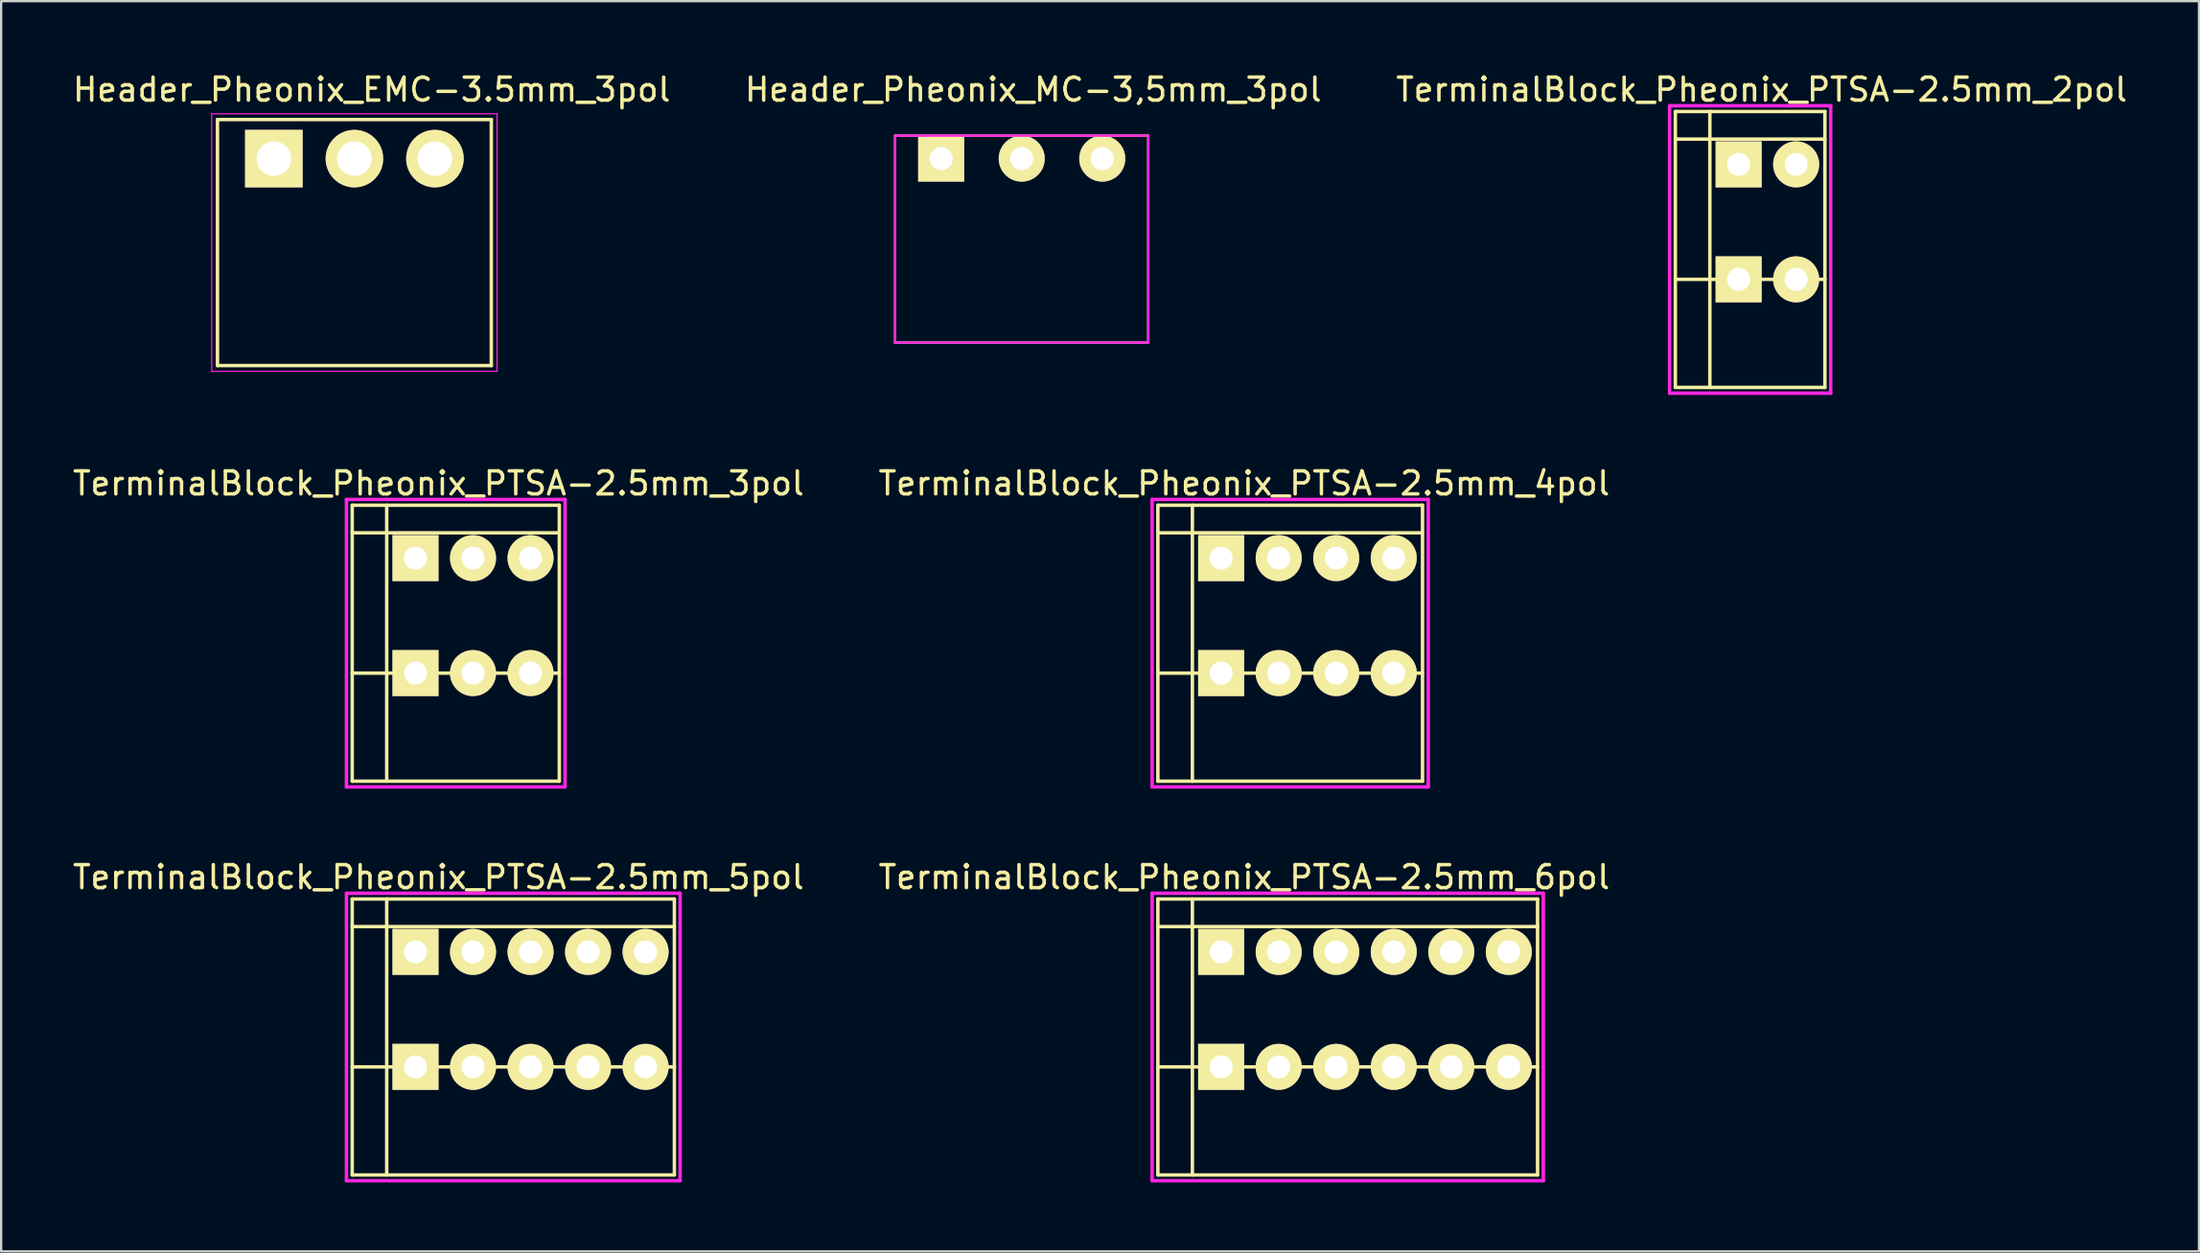
<source format=kicad_pcb>
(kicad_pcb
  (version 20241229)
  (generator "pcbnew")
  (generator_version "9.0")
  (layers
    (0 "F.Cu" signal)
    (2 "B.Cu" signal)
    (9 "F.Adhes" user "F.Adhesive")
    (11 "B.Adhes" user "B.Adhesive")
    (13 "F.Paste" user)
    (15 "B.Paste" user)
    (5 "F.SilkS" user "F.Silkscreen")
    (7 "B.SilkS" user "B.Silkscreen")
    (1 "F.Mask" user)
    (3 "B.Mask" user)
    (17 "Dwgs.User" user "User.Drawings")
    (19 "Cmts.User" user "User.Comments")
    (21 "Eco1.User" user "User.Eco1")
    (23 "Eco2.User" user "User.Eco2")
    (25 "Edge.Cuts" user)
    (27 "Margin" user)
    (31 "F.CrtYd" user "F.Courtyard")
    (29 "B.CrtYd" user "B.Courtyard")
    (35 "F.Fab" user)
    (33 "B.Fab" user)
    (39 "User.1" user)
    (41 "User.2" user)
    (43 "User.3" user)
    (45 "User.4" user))
  (footprint "TerminalBlock_Pheonix_PTSA-2.5mm_4pol"
    (layer "F.Cu")
    (at 50.018 26.221)
    (property "Reference" "TerminalBlock_Pheonix_PTSA-2.5mm_4pol" (at 1 -8.25 0) (layer "F.SilkS") (effects (font (size 1 1) (thickness 0.15))))
    (attr through_hole)
    (fp_line (start -2.75 -7.3) (end -2.75 4.7) (stroke (width 0.15) (type solid)) (layer "F.SilkS"))
    (fp_line (start -2.75 -6.1) (end 8.75 -6.1) (stroke (width 0.15) (type solid)) (layer "F.SilkS"))
    (fp_line (start -2.75 4.7) (end 8.75 4.7) (stroke (width 0.15) (type solid)) (layer "F.SilkS"))
    (fp_line (start -1.25 -7.3) (end -1.25 4.7) (stroke (width 0.15) (type solid)) (layer "F.SilkS"))
    (fp_line (start 8.75 -7.3) (end -2.75 -7.3) (stroke (width 0.15) (type solid)) (layer "F.SilkS"))
    (fp_line (start 8.75 0) (end -2.75 0) (stroke (width 0.15) (type solid)) (layer "F.SilkS"))
    (fp_line (start 8.75 4.7) (end 8.75 -7.3) (stroke (width 0.15) (type solid)) (layer "F.SilkS"))
    (fp_line (start -3 -7.55) (end 9 -7.55) (stroke (width 0.15) (type solid)) (layer "F.CrtYd"))
    (fp_line (start -3 4.95) (end -3 -7.55) (stroke (width 0.15) (type solid)) (layer "F.CrtYd"))
    (fp_line (start 9 -7.55) (end 9 4.95) (stroke (width 0.15) (type solid)) (layer "F.CrtYd"))
    (fp_line (start 9 4.95) (end -3 4.95) (stroke (width 0.15) (type solid)) (layer "F.CrtYd"))
    (pad "1" thru_hole rect (at 0 -5) (size 2 2) (drill 1) (layers "*.Cu" "*.Mask" "F.SilkS"))
    (pad "1" thru_hole rect (at 0 0) (size 2 2) (drill 1) (layers "*.Cu" "*.Mask" "F.SilkS"))
    (pad "2" thru_hole circle (at 2.5 -5) (size 2 2) (drill 1) (layers "*.Cu" "*.Mask" "F.SilkS"))
    (pad "2" thru_hole circle (at 2.5 0) (size 2 2) (drill 1) (layers "*.Cu" "*.Mask" "F.SilkS"))
    (pad "3" thru_hole circle (at 5 -5) (size 2 2) (drill 1) (layers "*.Cu" "*.Mask" "F.SilkS"))
    (pad "3" thru_hole circle (at 5 0) (size 2 2) (drill 1) (layers "*.Cu" "*.Mask" "F.SilkS"))
    (pad "4" thru_hole circle (at 7.5 -5) (size 2 2) (drill 1) (layers "*.Cu" "*.Mask" "F.SilkS"))
    (pad "4" thru_hole circle (at 7.5 0) (size 2 2) (drill 1) (layers "*.Cu" "*.Mask" "F.SilkS")))
  (footprint "Header_Pheonix_MC-3,5mm_3pol"
    (layer "F.Cu")
    (at 37.851 3.848)
    (property "Reference" "Header_Pheonix_MC-3,5mm_3pol" (at 4 -3 0) (layer "F.SilkS") (effects (font (size 1 1) (thickness 0.15))))
    (attr through_hole)
    (fp_line (start -2 -1) (end -2 8) (stroke (width 0.1) (type solid)) (layer "F.SilkS"))
    (fp_line (start -2 -1) (end 9 -1) (stroke (width 0.1) (type solid)) (layer "F.SilkS"))
    (fp_line (start -2 8) (end 9 8) (stroke (width 0.1) (type solid)) (layer "F.SilkS"))
    (fp_line (start 9 8) (end 9 -1) (stroke (width 0.1) (type solid)) (layer "F.SilkS"))
    (fp_line (start -2 -1) (end 9 -1) (stroke (width 0.1) (type solid)) (layer "F.CrtYd"))
    (fp_line (start -2 8) (end -2 -1) (stroke (width 0.1) (type solid)) (layer "F.CrtYd"))
    (fp_line (start 9 -1) (end 9 8) (stroke (width 0.1) (type solid)) (layer "F.CrtYd"))
    (fp_line (start 9 8) (end -2 8) (stroke (width 0.1) (type solid)) (layer "F.CrtYd"))
    (pad "1" thru_hole rect (at 0 0) (size 2 2) (drill 1) (layers "*.Cu" "*.Mask" "F.SilkS"))
    (pad "2" thru_hole circle (at 3.5 0) (size 2 2) (drill 1) (layers "*.Cu" "*.Mask" "F.SilkS"))
    (pad "3" thru_hole circle (at 7 0) (size 2 2) (drill 1) (layers "*.Cu" "*.Mask" "F.SilkS")))
  (footprint "TerminalBlock_Pheonix_PTSA-2.5mm_6pol"
    (layer "F.Cu")
    (at 50.018 43.345)
    (property "Reference" "TerminalBlock_Pheonix_PTSA-2.5mm_6pol" (at 1 -8.25 0) (layer "F.SilkS") (effects (font (size 1 1) (thickness 0.15))))
    (attr through_hole)
    (fp_line (start -2.75 -7.3) (end -2.75 4.7) (stroke (width 0.15) (type solid)) (layer "F.SilkS"))
    (fp_line (start -2.75 -6.1) (end 13.75 -6.1) (stroke (width 0.15) (type solid)) (layer "F.SilkS"))
    (fp_line (start -2.75 4.7) (end 13.75 4.7) (stroke (width 0.15) (type solid)) (layer "F.SilkS"))
    (fp_line (start -1.25 -7.3) (end -1.25 4.7) (stroke (width 0.15) (type solid)) (layer "F.SilkS"))
    (fp_line (start 13.75 -7.3) (end -2.75 -7.3) (stroke (width 0.15) (type solid)) (layer "F.SilkS"))
    (fp_line (start 13.75 0) (end -2.75 0) (stroke (width 0.15) (type solid)) (layer "F.SilkS"))
    (fp_line (start 13.75 4.7) (end 13.75 -7.3) (stroke (width 0.15) (type solid)) (layer "F.SilkS"))
    (fp_line (start -3 -7.55) (end 14 -7.55) (stroke (width 0.15) (type solid)) (layer "F.CrtYd"))
    (fp_line (start -3 4.95) (end -3 -7.55) (stroke (width 0.15) (type solid)) (layer "F.CrtYd"))
    (fp_line (start 14 -7.55) (end 14 4.95) (stroke (width 0.15) (type solid)) (layer "F.CrtYd"))
    (fp_line (start 14 4.95) (end -3 4.95) (stroke (width 0.15) (type solid)) (layer "F.CrtYd"))
    (pad "1" thru_hole rect (at 0 -5) (size 2 2) (drill 1) (layers "*.Cu" "*.Mask" "F.SilkS"))
    (pad "1" thru_hole rect (at 0 0) (size 2 2) (drill 1) (layers "*.Cu" "*.Mask" "F.SilkS"))
    (pad "2" thru_hole circle (at 2.5 -5) (size 2 2) (drill 1) (layers "*.Cu" "*.Mask" "F.SilkS"))
    (pad "2" thru_hole circle (at 2.5 0) (size 2 2) (drill 1) (layers "*.Cu" "*.Mask" "F.SilkS"))
    (pad "3" thru_hole circle (at 5 -5) (size 2 2) (drill 1) (layers "*.Cu" "*.Mask" "F.SilkS"))
    (pad "3" thru_hole circle (at 5 0) (size 2 2) (drill 1) (layers "*.Cu" "*.Mask" "F.SilkS"))
    (pad "4" thru_hole circle (at 7.5 -5) (size 2 2) (drill 1) (layers "*.Cu" "*.Mask" "F.SilkS"))
    (pad "4" thru_hole circle (at 7.5 0) (size 2 2) (drill 1) (layers "*.Cu" "*.Mask" "F.SilkS"))
    (pad "5" thru_hole circle (at 10 -5) (size 2 2) (drill 1) (layers "*.Cu" "*.Mask" "F.SilkS"))
    (pad "5" thru_hole circle (at 10 0) (size 2 2) (drill 1) (layers "*.Cu" "*.Mask" "F.SilkS"))
    (pad "6" thru_hole circle (at 12.5 -5) (size 2 2) (drill 1) (layers "*.Cu" "*.Mask" "F.SilkS"))
    (pad "6" thru_hole circle (at 12.5 0) (size 2 2) (drill 1) (layers "*.Cu" "*.Mask" "F.SilkS")))
  (footprint "Header_Pheonix_EMC-3.5mm_3pol"
    (layer "F.Cu")
    (at 8.851 3.848)
    (property "Reference" "Header_Pheonix_EMC-3.5mm_3pol" (at 4.25 -3 0) (layer "F.SilkS") (effects (font (size 1 1) (thickness 0.15))))
    (attr through_hole)
    (fp_line (start -2.45 -1.7) (end -2.45 9) (stroke (width 0.15) (type solid)) (layer "F.SilkS"))
    (fp_line (start -2.45 -1.7) (end 9.45 -1.7) (stroke (width 0.15) (type solid)) (layer "F.SilkS"))
    (fp_line (start -2.45 9) (end 9.45 9) (stroke (width 0.15) (type solid)) (layer "F.SilkS"))
    (fp_line (start 9.45 9) (end 9.45 -1.7) (stroke (width 0.15) (type solid)) (layer "F.SilkS"))
    (fp_line (start -2.7 -1.95) (end 9.7 -1.95) (stroke (width 0.05) (type solid)) (layer "F.CrtYd"))
    (fp_line (start -2.7 9.25) (end -2.7 -1.95) (stroke (width 0.05) (type solid)) (layer "F.CrtYd"))
    (fp_line (start 9.7 -1.95) (end 9.7 9.25) (stroke (width 0.05) (type solid)) (layer "F.CrtYd"))
    (fp_line (start 9.7 9.25) (end -2.7 9.25) (stroke (width 0.05) (type solid)) (layer "F.CrtYd"))
    (pad "1" thru_hole rect (at 0 0) (size 2.5 2.5) (drill 1.5) (layers "*.Cu" "*.Mask" "F.SilkS"))
    (pad "2" thru_hole circle (at 3.5 0) (size 2.5 2.5) (drill 1.5) (layers "*.Cu" "*.Mask" "F.SilkS"))
    (pad "3" thru_hole circle (at 7 0) (size 2.5 2.5) (drill 1.5) (layers "*.Cu" "*.Mask" "F.SilkS")))
  (footprint "TerminalBlock_Pheonix_PTSA-2.5mm_2pol"
    (layer "F.Cu")
    (at 72.506 9.098)
    (property "Reference" "TerminalBlock_Pheonix_PTSA-2.5mm_2pol" (at 1 -8.25 0) (layer "F.SilkS") (effects (font (size 1 1) (thickness 0.15))))
    (attr through_hole)
    (fp_line (start -2.75 -7.3) (end -2.75 4.7) (stroke (width 0.15) (type solid)) (layer "F.SilkS"))
    (fp_line (start -2.75 -6.1) (end 3.75 -6.1) (stroke (width 0.15) (type solid)) (layer "F.SilkS"))
    (fp_line (start -2.75 4.7) (end 3.75 4.7) (stroke (width 0.15) (type solid)) (layer "F.SilkS"))
    (fp_line (start -1.25 -7.3) (end -1.25 4.7) (stroke (width 0.15) (type solid)) (layer "F.SilkS"))
    (fp_line (start 3.75 -7.3) (end -2.75 -7.3) (stroke (width 0.15) (type solid)) (layer "F.SilkS"))
    (fp_line (start 3.75 0) (end -2.75 0) (stroke (width 0.15) (type solid)) (layer "F.SilkS"))
    (fp_line (start 3.75 4.7) (end 3.75 -7.3) (stroke (width 0.15) (type solid)) (layer "F.SilkS"))
    (fp_line (start -3 -7.55) (end 4 -7.55) (stroke (width 0.15) (type solid)) (layer "F.CrtYd"))
    (fp_line (start -3 4.95) (end -3 -7.55) (stroke (width 0.15) (type solid)) (layer "F.CrtYd"))
    (fp_line (start 4 -7.55) (end 4 4.95) (stroke (width 0.15) (type solid)) (layer "F.CrtYd"))
    (fp_line (start 4 4.95) (end -3 4.95) (stroke (width 0.15) (type solid)) (layer "F.CrtYd"))
    (pad "1" thru_hole rect (at 0 -5) (size 2 2) (drill 1) (layers "*.Cu" "*.Mask" "F.SilkS"))
    (pad "1" thru_hole rect (at 0 0) (size 2 2) (drill 1) (layers "*.Cu" "*.Mask" "F.SilkS"))
    (pad "2" thru_hole circle (at 2.5 -5) (size 2 2) (drill 1) (layers "*.Cu" "*.Mask" "F.SilkS"))
    (pad "2" thru_hole circle (at 2.5 0) (size 2 2) (drill 1) (layers "*.Cu" "*.Mask" "F.SilkS")))
  (footprint "TerminalBlock_Pheonix_PTSA-2.5mm_5pol"
    (layer "F.Cu")
    (at 15.006 43.345)
    (property "Reference" "TerminalBlock_Pheonix_PTSA-2.5mm_5pol" (at 1 -8.25 0) (layer "F.SilkS") (effects (font (size 1 1) (thickness 0.15))))
    (attr through_hole)
    (fp_line (start -2.75 -7.3) (end -2.75 4.7) (stroke (width 0.15) (type solid)) (layer "F.SilkS"))
    (fp_line (start -2.75 -6.1) (end 11.25 -6.1) (stroke (width 0.15) (type solid)) (layer "F.SilkS"))
    (fp_line (start -2.75 4.7) (end 11.25 4.7) (stroke (width 0.15) (type solid)) (layer "F.SilkS"))
    (fp_line (start -1.25 -7.3) (end -1.25 4.7) (stroke (width 0.15) (type solid)) (layer "F.SilkS"))
    (fp_line (start 11.25 -7.3) (end -2.75 -7.3) (stroke (width 0.15) (type solid)) (layer "F.SilkS"))
    (fp_line (start 11.25 0) (end -2.75 0) (stroke (width 0.15) (type solid)) (layer "F.SilkS"))
    (fp_line (start 11.25 4.7) (end 11.25 -7.3) (stroke (width 0.15) (type solid)) (layer "F.SilkS"))
    (fp_line (start -3 -7.55) (end 11.5 -7.55) (stroke (width 0.15) (type solid)) (layer "F.CrtYd"))
    (fp_line (start -3 4.95) (end -3 -7.55) (stroke (width 0.15) (type solid)) (layer "F.CrtYd"))
    (fp_line (start 11.5 -7.55) (end 11.5 4.95) (stroke (width 0.15) (type solid)) (layer "F.CrtYd"))
    (fp_line (start 11.5 4.95) (end -3 4.95) (stroke (width 0.15) (type solid)) (layer "F.CrtYd"))
    (pad "1" thru_hole rect (at 0 -5) (size 2 2) (drill 1) (layers "*.Cu" "*.Mask" "F.SilkS"))
    (pad "1" thru_hole rect (at 0 0) (size 2 2) (drill 1) (layers "*.Cu" "*.Mask" "F.SilkS"))
    (pad "2" thru_hole circle (at 2.5 -5) (size 2 2) (drill 1) (layers "*.Cu" "*.Mask" "F.SilkS"))
    (pad "2" thru_hole circle (at 2.5 0) (size 2 2) (drill 1) (layers "*.Cu" "*.Mask" "F.SilkS"))
    (pad "3" thru_hole circle (at 5 -5) (size 2 2) (drill 1) (layers "*.Cu" "*.Mask" "F.SilkS"))
    (pad "3" thru_hole circle (at 5 0) (size 2 2) (drill 1) (layers "*.Cu" "*.Mask" "F.SilkS"))
    (pad "4" thru_hole circle (at 7.5 -5) (size 2 2) (drill 1) (layers "*.Cu" "*.Mask" "F.SilkS"))
    (pad "4" thru_hole circle (at 7.5 0) (size 2 2) (drill 1) (layers "*.Cu" "*.Mask" "F.SilkS"))
    (pad "5" thru_hole circle (at 10 -5) (size 2 2) (drill 1) (layers "*.Cu" "*.Mask" "F.SilkS"))
    (pad "5" thru_hole circle (at 10 0) (size 2 2) (drill 1) (layers "*.Cu" "*.Mask" "F.SilkS")))
  (footprint "TerminalBlock_Pheonix_PTSA-2.5mm_3pol"
    (layer "F.Cu")
    (at 15.006 26.221)
    (property "Reference" "TerminalBlock_Pheonix_PTSA-2.5mm_3pol" (at 1 -8.25 0) (layer "F.SilkS") (effects (font (size 1 1) (thickness 0.15))))
    (attr through_hole)
    (fp_line (start -2.75 -7.3) (end -2.75 4.7) (stroke (width 0.15) (type solid)) (layer "F.SilkS"))
    (fp_line (start -2.75 -6.1) (end 6.25 -6.1) (stroke (width 0.15) (type solid)) (layer "F.SilkS"))
    (fp_line (start -2.75 4.7) (end 6.25 4.7) (stroke (width 0.15) (type solid)) (layer "F.SilkS"))
    (fp_line (start -1.25 -7.3) (end -1.25 4.7) (stroke (width 0.15) (type solid)) (layer "F.SilkS"))
    (fp_line (start 6.25 -7.3) (end -2.75 -7.3) (stroke (width 0.15) (type solid)) (layer "F.SilkS"))
    (fp_line (start 6.25 0) (end -2.75 0) (stroke (width 0.15) (type solid)) (layer "F.SilkS"))
    (fp_line (start 6.25 4.7) (end 6.25 -7.3) (stroke (width 0.15) (type solid)) (layer "F.SilkS"))
    (fp_line (start -3 -7.55) (end 6.5 -7.55) (stroke (width 0.15) (type solid)) (layer "F.CrtYd"))
    (fp_line (start -3 4.95) (end -3 -7.55) (stroke (width 0.15) (type solid)) (layer "F.CrtYd"))
    (fp_line (start 6.5 -7.55) (end 6.5 4.95) (stroke (width 0.15) (type solid)) (layer "F.CrtYd"))
    (fp_line (start 6.5 4.95) (end -3 4.95) (stroke (width 0.15) (type solid)) (layer "F.CrtYd"))
    (pad "1" thru_hole rect (at 0 -5) (size 2 2) (drill 1) (layers "*.Cu" "*.Mask" "F.SilkS"))
    (pad "1" thru_hole rect (at 0 0) (size 2 2) (drill 1) (layers "*.Cu" "*.Mask" "F.SilkS"))
    (pad "2" thru_hole circle (at 2.5 -5) (size 2 2) (drill 1) (layers "*.Cu" "*.Mask" "F.SilkS"))
    (pad "2" thru_hole circle (at 2.5 0) (size 2 2) (drill 1) (layers "*.Cu" "*.Mask" "F.SilkS"))
    (pad "3" thru_hole circle (at 5 -5) (size 2 2) (drill 1) (layers "*.Cu" "*.Mask" "F.SilkS"))
    (pad "3" thru_hole circle (at 5 0) (size 2 2) (drill 1) (layers "*.Cu" "*.Mask" "F.SilkS")))
  (gr_rect
    (start -3 -3)
    (end 92.512 51.37)
    (stroke (width 0.1) (type default))
    (fill no)
    (layer "Edge.Cuts")))
</source>
